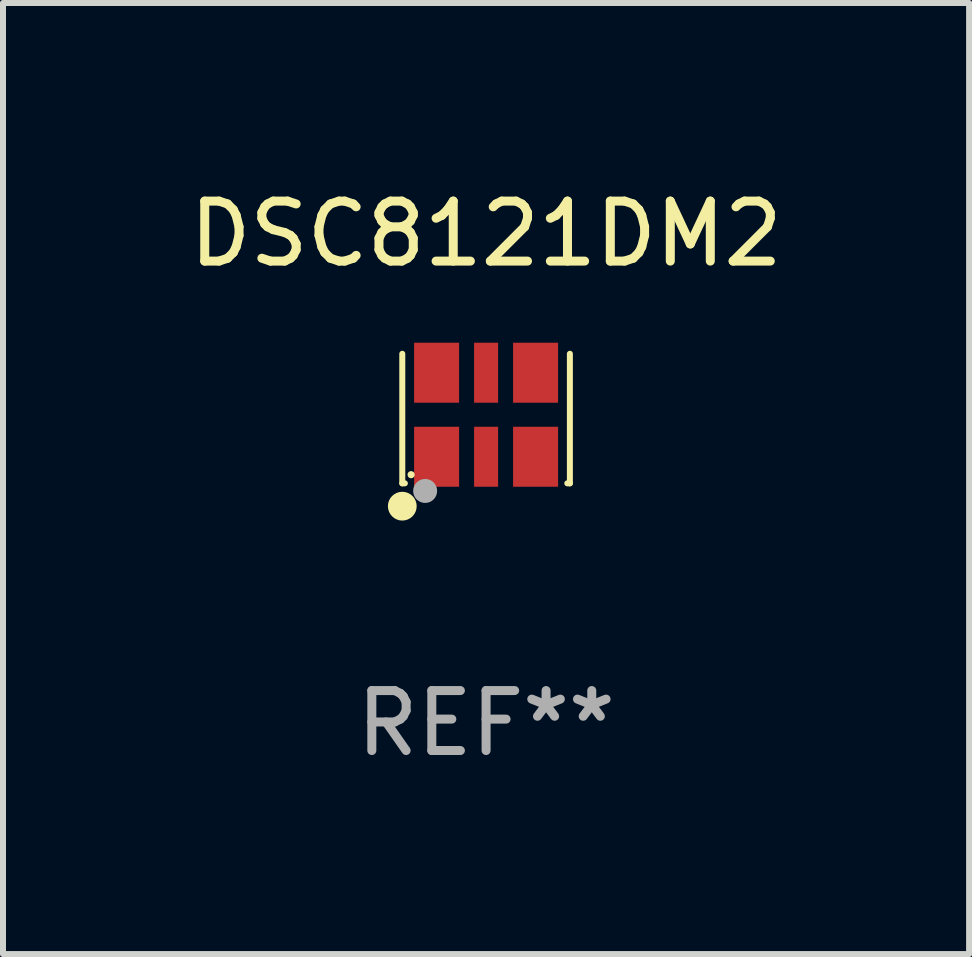
<source format=kicad_pcb>
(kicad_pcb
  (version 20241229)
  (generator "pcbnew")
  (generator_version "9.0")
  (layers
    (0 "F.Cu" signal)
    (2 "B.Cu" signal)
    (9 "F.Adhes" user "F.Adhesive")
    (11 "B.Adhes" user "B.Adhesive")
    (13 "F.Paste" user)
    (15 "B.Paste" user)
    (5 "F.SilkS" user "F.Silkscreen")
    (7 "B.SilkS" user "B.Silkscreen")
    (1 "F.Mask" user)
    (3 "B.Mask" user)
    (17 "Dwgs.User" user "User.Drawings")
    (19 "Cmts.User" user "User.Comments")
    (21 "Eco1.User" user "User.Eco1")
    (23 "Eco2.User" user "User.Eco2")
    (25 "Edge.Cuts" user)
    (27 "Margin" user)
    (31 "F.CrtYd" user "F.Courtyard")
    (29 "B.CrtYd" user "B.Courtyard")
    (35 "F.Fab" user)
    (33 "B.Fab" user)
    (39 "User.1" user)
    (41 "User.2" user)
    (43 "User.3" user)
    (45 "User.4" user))
  (footprint "DSC8121DM2"
    (layer "F.Cu")
    (at 5.054 3.928)
    (property "Reference" "DSC8121DM2" (at 0 -3.08 0) (layer "F.SilkS") (effects (font (size 1 1) (thickness 0.15))))
    (attr through_hole)
    (fp_line (start -1.397 -1.08) (end -1.397 1.08) (stroke (width 0.1) (type solid)) (layer "F.SilkS"))
    (fp_line (start -1.397 1.08) (end -1.354 1.08) (stroke (width 0.1) (type solid)) (layer "F.SilkS"))
    (fp_line (start 1.354 1.08) (end 1.397 1.08) (stroke (width 0.1) (type solid)) (layer "F.SilkS"))
    (fp_line (start 1.397 1.08) (end 1.397 -1.08) (stroke (width 0.1) (type solid)) (layer "F.SilkS"))
    (fp_circle (center -1.397 1.461) (end -1.277 1.461) (stroke (width 0.24) (type solid)) (fill no) (layer "F.SilkS"))
    (fp_circle (center -1.25 0.936) (end -1.22 0.936) (stroke (width 0.06) (type solid)) (fill no) (layer "F.SilkS"))
    (fp_circle (center -1.016 1.207) (end -0.916 1.207) (stroke (width 0.2) (type solid)) (fill no) (layer "F.Fab"))
    (fp_text user "REF**" (at 0 5.08 0) (layer "F.Fab") (effects (font (size 1 1) (thickness 0.15))))
    (pad "1" smd rect (at -0.825 0.637) (size 0.75 1) (layers "F.Cu" "F.Mask" "F.Paste"))
    (pad "2" smd rect (at 0 0.637) (size 0.4 1) (layers "F.Cu" "F.Mask" "F.Paste"))
    (pad "3" smd rect (at 0.825 0.637) (size 0.75 1) (layers "F.Cu" "F.Mask" "F.Paste"))
    (pad "4" smd rect (at 0.825 -0.764) (size 0.75 1) (layers "F.Cu" "F.Mask" "F.Paste"))
    (pad "5" smd rect (at 0 -0.764) (size 0.4 1) (layers "F.Cu" "F.Mask" "F.Paste"))
    (pad "6" smd rect (at -0.825 -0.764) (size 0.75 1) (layers "F.Cu" "F.Mask" "F.Paste")))
  (gr_rect
    (start -3 -3)
    (end 13.107 12.856)
    (stroke (width 0.1) (type default))
    (fill no)
    (layer "Edge.Cuts")))
</source>
